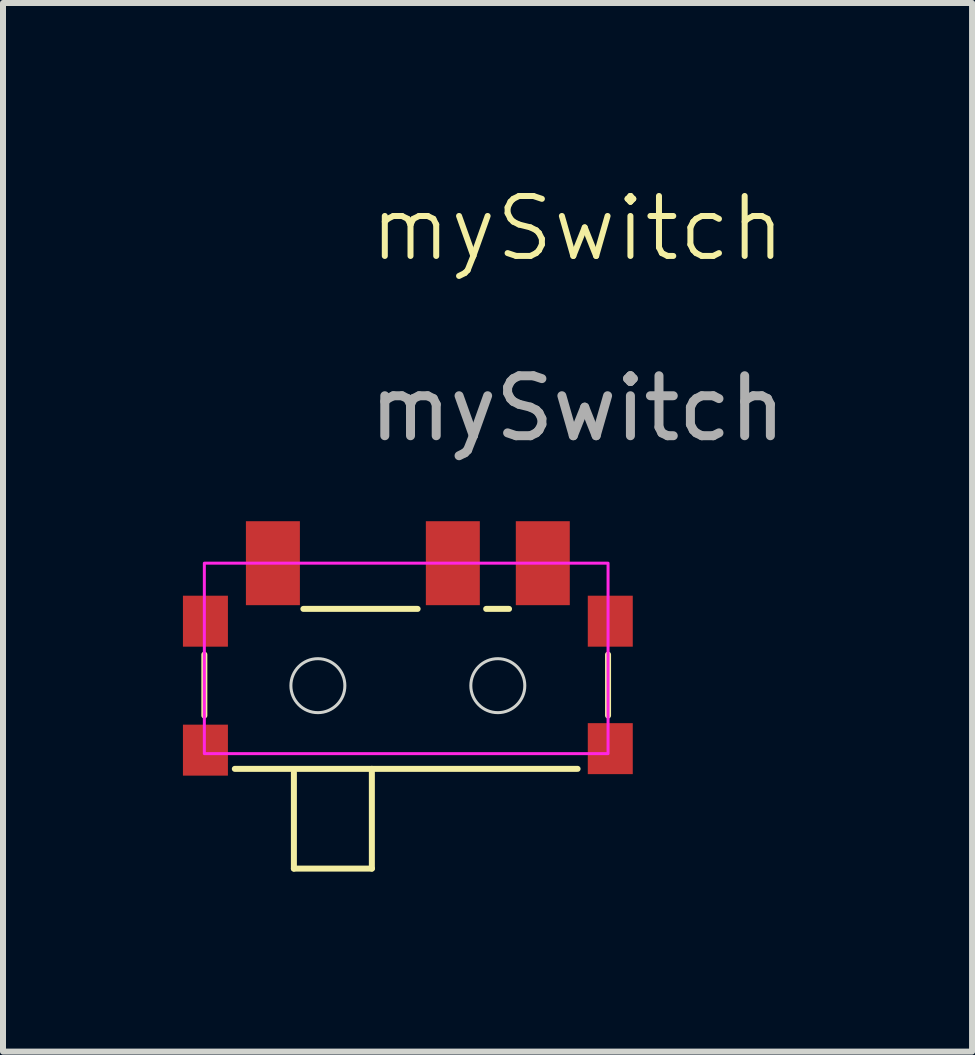
<source format=kicad_pcb>
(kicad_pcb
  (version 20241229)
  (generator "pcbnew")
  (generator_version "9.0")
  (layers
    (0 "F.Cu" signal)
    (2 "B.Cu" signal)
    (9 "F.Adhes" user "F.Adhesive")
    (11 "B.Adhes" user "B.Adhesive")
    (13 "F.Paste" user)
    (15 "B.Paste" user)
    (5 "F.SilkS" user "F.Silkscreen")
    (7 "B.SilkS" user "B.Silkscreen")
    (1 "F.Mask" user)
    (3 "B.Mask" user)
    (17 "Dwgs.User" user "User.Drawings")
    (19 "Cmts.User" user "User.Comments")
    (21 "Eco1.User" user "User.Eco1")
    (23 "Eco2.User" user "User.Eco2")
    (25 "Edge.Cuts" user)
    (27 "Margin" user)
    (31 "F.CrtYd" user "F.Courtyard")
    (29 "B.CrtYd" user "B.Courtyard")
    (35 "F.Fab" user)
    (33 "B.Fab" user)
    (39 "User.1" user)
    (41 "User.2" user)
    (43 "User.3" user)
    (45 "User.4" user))
  (footprint "mySwitch"
    (layer "F.Cu")
    (at 6.58 1.26)
    (property "Reference" "mySwitch" (at 0 -0.5 0) (unlocked yes) (layer "F.SilkS") (effects (font (size 1 1) (thickness 0.1))))
    (attr smd)
    (fp_line (start -6.223 7.62) (end -6.223 6.604) (stroke (width 0.1) (type default)) (layer "F.SilkS"))
    (fp_line (start -4.73 10.172) (end -4.73 8.572) (stroke (width 0.1) (type default)) (layer "F.SilkS"))
    (fp_line (start -4.73 10.172) (end -3.43 10.172) (stroke (width 0.1) (type default)) (layer "F.SilkS"))
    (fp_line (start -4.572 5.842) (end -2.667 5.842) (stroke (width 0.1) (type default)) (layer "F.SilkS"))
    (fp_line (start -3.43 10.172) (end -3.43 8.509) (stroke (width 0.1) (type default)) (layer "F.SilkS"))
    (fp_line (start -1.524 5.842) (end -1.143 5.842) (stroke (width 0.1) (type default)) (layer "F.SilkS"))
    (fp_line (start 0 8.509) (end -5.715 8.509) (stroke (width 0.1) (type default)) (layer "F.SilkS"))
    (fp_line (start 0.508 6.604) (end 0.508 7.62) (stroke (width 0.1) (type default)) (layer "F.SilkS"))
    (fp_circle (center -4.33 7.122) (end -3.88 7.122) (stroke (width 0.05) (type default)) (fill no) (layer "Edge.Cuts"))
    (fp_circle (center -1.33 7.122) (end -0.88 7.122) (stroke (width 0.05) (type default)) (fill no) (layer "Edge.Cuts"))
    (fp_rect (start -6.223 5.08) (end 0.508 8.255) (stroke (width 0.05) (type default)) (fill no) (layer "F.CrtYd"))
    (fp_text user "${REFERENCE}" (at 0 2.5 0) (unlocked yes) (layer "F.Fab") (effects (font (size 1 1) (thickness 0.15))))
    (pad "1" smd rect (at -5.08 5.08) (size 0.9 1.4) (layers "F.Cu" "F.Mask" "F.Paste"))
    (pad "2" smd rect (at -2.08 5.08) (size 0.9 1.4) (layers "F.Cu" "F.Mask" "F.Paste"))
    (pad "3" smd rect (at -0.58 5.08) (size 0.9 1.4) (layers "F.Cu" "F.Mask" "F.Paste"))
    (pad "4" smd rect (at -6.205 6.047) (size 0.75 0.85) (layers "F.Cu" "F.Mask" "F.Paste"))
    (pad "5" smd rect (at -6.205 8.197) (size 0.75 0.85) (layers "F.Cu" "F.Mask" "F.Paste"))
    (pad "6" smd rect (at 0.545 6.047) (size 0.75 0.85) (layers "F.Cu" "F.Mask" "F.Paste"))
    (pad "7" smd rect (at 0.545 8.172) (size 0.75 0.85) (layers "F.Cu" "F.Mask" "F.Paste")))
  (gr_rect
    (start -3 -3)
    (end 13.157 14.483)
    (stroke (width 0.1) (type default))
    (fill no)
    (layer "Edge.Cuts")))
</source>
